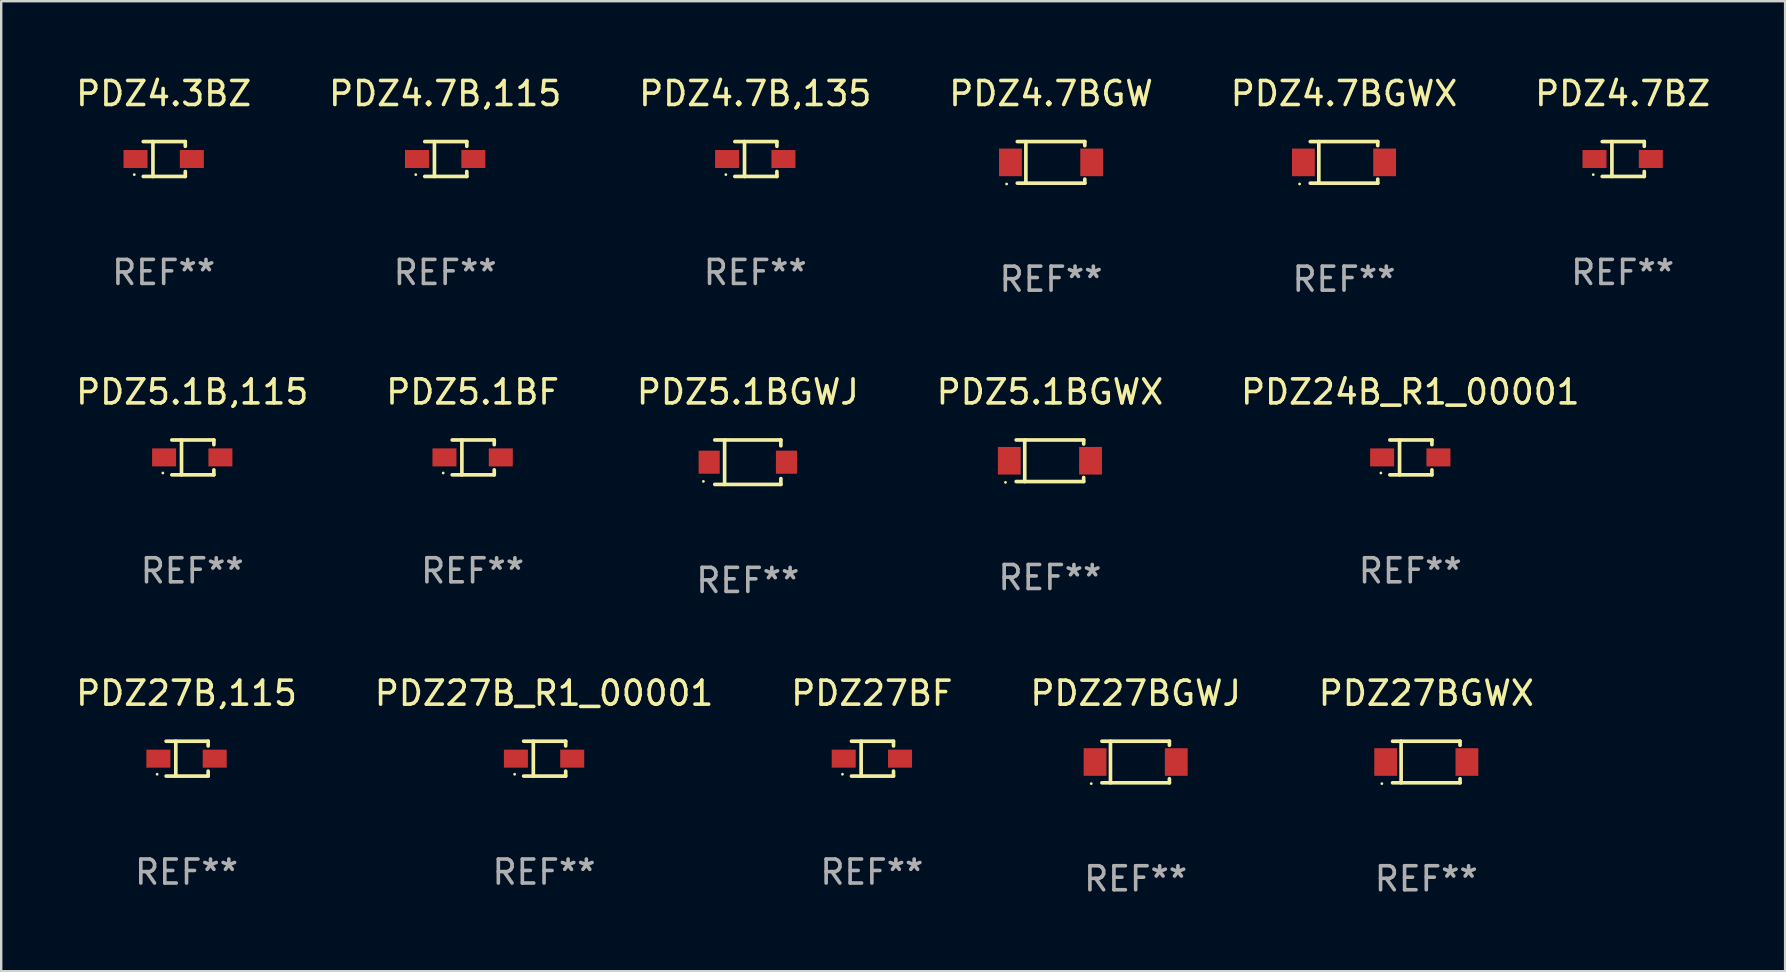
<source format=kicad_pcb>
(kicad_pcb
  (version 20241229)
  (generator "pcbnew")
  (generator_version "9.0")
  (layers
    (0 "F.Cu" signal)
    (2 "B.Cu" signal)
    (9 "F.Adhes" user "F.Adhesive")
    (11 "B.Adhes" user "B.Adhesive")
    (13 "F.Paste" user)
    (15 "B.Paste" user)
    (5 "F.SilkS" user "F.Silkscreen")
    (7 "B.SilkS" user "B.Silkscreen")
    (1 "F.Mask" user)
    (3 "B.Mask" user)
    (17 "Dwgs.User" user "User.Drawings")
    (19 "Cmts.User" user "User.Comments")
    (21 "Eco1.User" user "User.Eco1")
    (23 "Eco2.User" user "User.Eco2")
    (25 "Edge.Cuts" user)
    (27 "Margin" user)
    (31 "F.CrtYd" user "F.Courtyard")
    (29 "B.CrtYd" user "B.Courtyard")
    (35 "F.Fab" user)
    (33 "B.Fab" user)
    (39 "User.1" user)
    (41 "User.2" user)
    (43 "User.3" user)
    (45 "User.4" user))
  (footprint "PDZ5.1B,115"
    (layer "F.Cu")
    (at 4.958 16.003)
    (property "Reference" "PDZ5.1B,115" (at 0 -2.726 0) (layer "F.SilkS") (effects (font (size 1 1) (thickness 0.15))))
    (attr through_hole)
    (fp_line (start -0.851 -0.726) (end 0.901 -0.726) (stroke (width 0.152) (type solid)) (layer "F.SilkS"))
    (fp_line (start -0.851 0.726) (end 0.901 0.726) (stroke (width 0.152) (type solid)) (layer "F.SilkS"))
    (fp_line (start -0.447 -0.726) (end -0.447 0.726) (stroke (width 0.152) (type solid)) (layer "F.SilkS"))
    (fp_line (start 0.901 -0.726) (end 0.901 -0.53) (stroke (width 0.152) (type solid)) (layer "F.SilkS"))
    (fp_line (start 0.901 0.726) (end 0.901 0.52) (stroke (width 0.152) (type solid)) (layer "F.SilkS"))
    (fp_circle (center -1.225 0.65) (end -1.195 0.65) (stroke (width 0.06) (type solid)) (fill no) (layer "F.SilkS"))
    (fp_text user "REF**" (at 0 4.726 0) (layer "F.Fab") (effects (font (size 1 1) (thickness 0.15))))
    (pad "1" smd rect (at -1.173 0) (size 1 0.75) (layers "F.Cu" "F.Mask" "F.Paste"))
    (pad "2" smd rect (at 1.173 0) (size 1 0.75) (layers "F.Cu" "F.Mask" "F.Paste")))
  (footprint "PDZ5.1BGWX"
    (layer "F.Cu")
    (at 40.685 16.143)
    (property "Reference" "PDZ5.1BGWX" (at 0 -2.866 0) (layer "F.SilkS") (effects (font (size 1 1) (thickness 0.15))))
    (attr through_hole)
    (fp_line (start -1.406 -0.866) (end 1.406 -0.866) (stroke (width 0.152) (type solid)) (layer "F.SilkS"))
    (fp_line (start -1.406 0.866) (end 1.406 0.866) (stroke (width 0.152) (type solid)) (layer "F.SilkS"))
    (fp_line (start -1.049 -0.866) (end -1.049 0.866) (stroke (width 0.152) (type solid)) (layer "F.SilkS"))
    (fp_line (start 1.406 -0.866) (end 1.406 -0.698) (stroke (width 0.152) (type solid)) (layer "F.SilkS"))
    (fp_line (start 1.406 0.866) (end 1.406 0.698) (stroke (width 0.152) (type solid)) (layer "F.SilkS"))
    (fp_circle (center -1.851 0.9) (end -1.821 0.9) (stroke (width 0.06) (type solid)) (fill no) (layer "F.SilkS"))
    (fp_text user "REF**" (at 0 4.866 0) (layer "F.Fab") (effects (font (size 1 1) (thickness 0.15))))
    (pad "1" smd rect (at -1.692 0) (size 0.95 1.15) (layers "F.Cu" "F.Mask" "F.Paste"))
    (pad "2" smd rect (at 1.692 0) (size 0.95 1.15) (layers "F.Cu" "F.Mask" "F.Paste")))
  (footprint "PDZ27BF"
    (layer "F.Cu")
    (at 33.268 28.552)
    (property "Reference" "PDZ27BF" (at 0 -2.726 0) (layer "F.SilkS") (effects (font (size 1 1) (thickness 0.15))))
    (attr through_hole)
    (fp_line (start -0.851 -0.726) (end 0.901 -0.726) (stroke (width 0.152) (type solid)) (layer "F.SilkS"))
    (fp_line (start -0.851 0.726) (end 0.901 0.726) (stroke (width 0.152) (type solid)) (layer "F.SilkS"))
    (fp_line (start -0.447 -0.726) (end -0.447 0.726) (stroke (width 0.152) (type solid)) (layer "F.SilkS"))
    (fp_line (start 0.901 -0.726) (end 0.901 -0.53) (stroke (width 0.152) (type solid)) (layer "F.SilkS"))
    (fp_line (start 0.901 0.726) (end 0.901 0.52) (stroke (width 0.152) (type solid)) (layer "F.SilkS"))
    (fp_circle (center -1.225 0.65) (end -1.195 0.65) (stroke (width 0.06) (type solid)) (fill no) (layer "F.SilkS"))
    (fp_text user "REF**" (at 0 4.726 0) (layer "F.Fab") (effects (font (size 1 1) (thickness 0.15))))
    (pad "1" smd rect (at -1.173 0) (size 1 0.75) (layers "F.Cu" "F.Mask" "F.Paste"))
    (pad "2" smd rect (at 1.173 0) (size 1 0.75) (layers "F.Cu" "F.Mask" "F.Paste")))
  (footprint "PDZ24B_R1_00001"
    (layer "F.Cu")
    (at 55.696 16.003)
    (property "Reference" "PDZ24B_R1_00001" (at 0 -2.726 0) (layer "F.SilkS") (effects (font (size 1 1) (thickness 0.15))))
    (attr through_hole)
    (fp_line (start -0.851 -0.726) (end 0.901 -0.726) (stroke (width 0.152) (type solid)) (layer "F.SilkS"))
    (fp_line (start -0.851 0.726) (end 0.901 0.726) (stroke (width 0.152) (type solid)) (layer "F.SilkS"))
    (fp_line (start -0.447 -0.726) (end -0.447 0.726) (stroke (width 0.152) (type solid)) (layer "F.SilkS"))
    (fp_line (start 0.901 -0.726) (end 0.901 -0.53) (stroke (width 0.152) (type solid)) (layer "F.SilkS"))
    (fp_line (start 0.901 0.726) (end 0.901 0.52) (stroke (width 0.152) (type solid)) (layer "F.SilkS"))
    (fp_circle (center -1.225 0.65) (end -1.195 0.65) (stroke (width 0.06) (type solid)) (fill no) (layer "F.SilkS"))
    (fp_text user "REF**" (at 0 4.726 0) (layer "F.Fab") (effects (font (size 1 1) (thickness 0.15))))
    (pad "1" smd rect (at -1.173 0) (size 1 0.75) (layers "F.Cu" "F.Mask" "F.Paste"))
    (pad "2" smd rect (at 1.173 0) (size 1 0.75) (layers "F.Cu" "F.Mask" "F.Paste")))
  (footprint "PDZ4.7B,115"
    (layer "F.Cu")
    (at 15.494 3.574)
    (property "Reference" "PDZ4.7B,115" (at 0 -2.726 0) (layer "F.SilkS") (effects (font (size 1 1) (thickness 0.15))))
    (attr through_hole)
    (fp_line (start -0.851 -0.726) (end 0.901 -0.726) (stroke (width 0.152) (type solid)) (layer "F.SilkS"))
    (fp_line (start -0.851 0.726) (end 0.901 0.726) (stroke (width 0.152) (type solid)) (layer "F.SilkS"))
    (fp_line (start -0.447 -0.726) (end -0.447 0.726) (stroke (width 0.152) (type solid)) (layer "F.SilkS"))
    (fp_line (start 0.901 -0.726) (end 0.901 -0.53) (stroke (width 0.152) (type solid)) (layer "F.SilkS"))
    (fp_line (start 0.901 0.726) (end 0.901 0.52) (stroke (width 0.152) (type solid)) (layer "F.SilkS"))
    (fp_circle (center -1.225 0.65) (end -1.195 0.65) (stroke (width 0.06) (type solid)) (fill no) (layer "F.SilkS"))
    (fp_text user "REF**" (at 0 4.726 0) (layer "F.Fab") (effects (font (size 1 1) (thickness 0.15))))
    (pad "1" smd rect (at -1.173 0) (size 1 0.75) (layers "F.Cu" "F.Mask" "F.Paste"))
    (pad "2" smd rect (at 1.173 0) (size 1 0.75) (layers "F.Cu" "F.Mask" "F.Paste")))
  (footprint "PDZ27BGWJ"
    (layer "F.Cu")
    (at 44.256 28.692)
    (property "Reference" "PDZ27BGWJ" (at 0 -2.866 0) (layer "F.SilkS") (effects (font (size 1 1) (thickness 0.15))))
    (attr through_hole)
    (fp_line (start -1.406 -0.866) (end 1.406 -0.866) (stroke (width 0.152) (type solid)) (layer "F.SilkS"))
    (fp_line (start -1.406 0.866) (end 1.406 0.866) (stroke (width 0.152) (type solid)) (layer "F.SilkS"))
    (fp_line (start -1.049 -0.866) (end -1.049 0.866) (stroke (width 0.152) (type solid)) (layer "F.SilkS"))
    (fp_line (start 1.406 -0.866) (end 1.406 -0.698) (stroke (width 0.152) (type solid)) (layer "F.SilkS"))
    (fp_line (start 1.406 0.866) (end 1.406 0.698) (stroke (width 0.152) (type solid)) (layer "F.SilkS"))
    (fp_circle (center -1.851 0.9) (end -1.821 0.9) (stroke (width 0.06) (type solid)) (fill no) (layer "F.SilkS"))
    (fp_text user "REF**" (at 0 4.866 0) (layer "F.Fab") (effects (font (size 1 1) (thickness 0.15))))
    (pad "1" smd rect (at -1.692 0) (size 0.95 1.15) (layers "F.Cu" "F.Mask" "F.Paste"))
    (pad "2" smd rect (at 1.692 0) (size 0.95 1.15) (layers "F.Cu" "F.Mask" "F.Paste")))
  (footprint "PDZ4.7BGW"
    (layer "F.Cu")
    (at 40.732 3.714)
    (property "Reference" "PDZ4.7BGW" (at 0 -2.866 0) (layer "F.SilkS") (effects (font (size 1 1) (thickness 0.15))))
    (attr through_hole)
    (fp_line (start -1.406 -0.866) (end 1.406 -0.866) (stroke (width 0.152) (type solid)) (layer "F.SilkS"))
    (fp_line (start -1.406 0.866) (end 1.406 0.866) (stroke (width 0.152) (type solid)) (layer "F.SilkS"))
    (fp_line (start -1.049 -0.866) (end -1.049 0.866) (stroke (width 0.152) (type solid)) (layer "F.SilkS"))
    (fp_line (start 1.406 -0.866) (end 1.406 -0.698) (stroke (width 0.152) (type solid)) (layer "F.SilkS"))
    (fp_line (start 1.406 0.866) (end 1.406 0.698) (stroke (width 0.152) (type solid)) (layer "F.SilkS"))
    (fp_circle (center -1.851 0.9) (end -1.821 0.9) (stroke (width 0.06) (type solid)) (fill no) (layer "F.SilkS"))
    (fp_text user "REF**" (at 0 4.866 0) (layer "F.Fab") (effects (font (size 1 1) (thickness 0.15))))
    (pad "1" smd rect (at -1.692 0) (size 0.95 1.15) (layers "F.Cu" "F.Mask" "F.Paste"))
    (pad "2" smd rect (at 1.692 0) (size 0.95 1.15) (layers "F.Cu" "F.Mask" "F.Paste")))
  (footprint "PDZ4.7BZ"
    (layer "F.Cu")
    (at 64.542 3.574)
    (property "Reference" "PDZ4.7BZ" (at 0 -2.726 0) (layer "F.SilkS") (effects (font (size 1 1) (thickness 0.15))))
    (attr through_hole)
    (fp_line (start -0.851 -0.726) (end 0.901 -0.726) (stroke (width 0.152) (type solid)) (layer "F.SilkS"))
    (fp_line (start -0.851 0.726) (end 0.901 0.726) (stroke (width 0.152) (type solid)) (layer "F.SilkS"))
    (fp_line (start -0.447 -0.726) (end -0.447 0.726) (stroke (width 0.152) (type solid)) (layer "F.SilkS"))
    (fp_line (start 0.901 -0.726) (end 0.901 -0.53) (stroke (width 0.152) (type solid)) (layer "F.SilkS"))
    (fp_line (start 0.901 0.726) (end 0.901 0.52) (stroke (width 0.152) (type solid)) (layer "F.SilkS"))
    (fp_circle (center -1.225 0.65) (end -1.195 0.65) (stroke (width 0.06) (type solid)) (fill no) (layer "F.SilkS"))
    (fp_text user "REF**" (at 0 4.726 0) (layer "F.Fab") (effects (font (size 1 1) (thickness 0.15))))
    (pad "1" smd rect (at -1.173 0) (size 1 0.75) (layers "F.Cu" "F.Mask" "F.Paste"))
    (pad "2" smd rect (at 1.173 0) (size 1 0.75) (layers "F.Cu" "F.Mask" "F.Paste")))
  (footprint "PDZ4.3BZ"
    (layer "F.Cu")
    (at 3.768 3.574)
    (property "Reference" "PDZ4.3BZ" (at 0 -2.726 0) (layer "F.SilkS") (effects (font (size 1 1) (thickness 0.15))))
    (attr through_hole)
    (fp_line (start -0.851 -0.726) (end 0.901 -0.726) (stroke (width 0.152) (type solid)) (layer "F.SilkS"))
    (fp_line (start -0.851 0.726) (end 0.901 0.726) (stroke (width 0.152) (type solid)) (layer "F.SilkS"))
    (fp_line (start -0.447 -0.726) (end -0.447 0.726) (stroke (width 0.152) (type solid)) (layer "F.SilkS"))
    (fp_line (start 0.901 -0.726) (end 0.901 -0.53) (stroke (width 0.152) (type solid)) (layer "F.SilkS"))
    (fp_line (start 0.901 0.726) (end 0.901 0.52) (stroke (width 0.152) (type solid)) (layer "F.SilkS"))
    (fp_circle (center -1.225 0.65) (end -1.195 0.65) (stroke (width 0.06) (type solid)) (fill no) (layer "F.SilkS"))
    (fp_text user "REF**" (at 0 4.726 0) (layer "F.Fab") (effects (font (size 1 1) (thickness 0.15))))
    (pad "1" smd rect (at -1.173 0) (size 1 0.75) (layers "F.Cu" "F.Mask" "F.Paste"))
    (pad "2" smd rect (at 1.173 0) (size 1 0.75) (layers "F.Cu" "F.Mask" "F.Paste")))
  (footprint "PDZ27B,115"
    (layer "F.Cu")
    (at 4.72 28.552)
    (property "Reference" "PDZ27B,115" (at 0 -2.726 0) (layer "F.SilkS") (effects (font (size 1 1) (thickness 0.15))))
    (attr through_hole)
    (fp_line (start -0.851 -0.726) (end 0.901 -0.726) (stroke (width 0.152) (type solid)) (layer "F.SilkS"))
    (fp_line (start -0.851 0.726) (end 0.901 0.726) (stroke (width 0.152) (type solid)) (layer "F.SilkS"))
    (fp_line (start -0.447 -0.726) (end -0.447 0.726) (stroke (width 0.152) (type solid)) (layer "F.SilkS"))
    (fp_line (start 0.901 -0.726) (end 0.901 -0.53) (stroke (width 0.152) (type solid)) (layer "F.SilkS"))
    (fp_line (start 0.901 0.726) (end 0.901 0.52) (stroke (width 0.152) (type solid)) (layer "F.SilkS"))
    (fp_circle (center -1.225 0.65) (end -1.195 0.65) (stroke (width 0.06) (type solid)) (fill no) (layer "F.SilkS"))
    (fp_text user "REF**" (at 0 4.726 0) (layer "F.Fab") (effects (font (size 1 1) (thickness 0.15))))
    (pad "1" smd rect (at -1.173 0) (size 1 0.75) (layers "F.Cu" "F.Mask" "F.Paste"))
    (pad "2" smd rect (at 1.173 0) (size 1 0.75) (layers "F.Cu" "F.Mask" "F.Paste")))
  (footprint "PDZ5.1BGWJ"
    (layer "F.Cu")
    (at 28.101 16.203)
    (property "Reference" "PDZ5.1BGWJ" (at 0 -2.926 0) (layer "F.SilkS") (effects (font (size 1 1) (thickness 0.15))))
    (attr through_hole)
    (fp_line (start -1.376 -0.926) (end 1.376 -0.926) (stroke (width 0.152) (type solid)) (layer "F.SilkS"))
    (fp_line (start -1.376 0.926) (end 1.376 0.926) (stroke (width 0.152) (type solid)) (layer "F.SilkS"))
    (fp_line (start -0.967 -0.926) (end -0.967 0.926) (stroke (width 0.152) (type solid)) (layer "F.SilkS"))
    (fp_line (start 1.376 -0.926) (end 1.376 -0.683) (stroke (width 0.152) (type solid)) (layer "F.SilkS"))
    (fp_line (start 1.376 0.926) (end 1.376 0.683) (stroke (width 0.152) (type solid)) (layer "F.SilkS"))
    (fp_circle (center -1.85 0.8) (end -1.82 0.8) (stroke (width 0.06) (type solid)) (fill no) (layer "F.SilkS"))
    (fp_text user "REF**" (at 0 4.926 0) (layer "F.Fab") (effects (font (size 1 1) (thickness 0.15))))
    (pad "1" smd rect (at -1.61 0) (size 0.88 0.96) (layers "F.Cu" "F.Mask" "F.Paste"))
    (pad "2" smd rect (at 1.61 0) (size 0.88 0.96) (layers "F.Cu" "F.Mask" "F.Paste")))
  (footprint "PDZ4.7B,135"
    (layer "F.Cu")
    (at 28.411 3.574)
    (property "Reference" "PDZ4.7B,135" (at 0 -2.726 0) (layer "F.SilkS") (effects (font (size 1 1) (thickness 0.15))))
    (attr through_hole)
    (fp_line (start -0.851 -0.726) (end 0.901 -0.726) (stroke (width 0.152) (type solid)) (layer "F.SilkS"))
    (fp_line (start -0.851 0.726) (end 0.901 0.726) (stroke (width 0.152) (type solid)) (layer "F.SilkS"))
    (fp_line (start -0.447 -0.726) (end -0.447 0.726) (stroke (width 0.152) (type solid)) (layer "F.SilkS"))
    (fp_line (start 0.901 -0.726) (end 0.901 -0.53) (stroke (width 0.152) (type solid)) (layer "F.SilkS"))
    (fp_line (start 0.901 0.726) (end 0.901 0.52) (stroke (width 0.152) (type solid)) (layer "F.SilkS"))
    (fp_circle (center -1.225 0.65) (end -1.195 0.65) (stroke (width 0.06) (type solid)) (fill no) (layer "F.SilkS"))
    (fp_text user "REF**" (at 0 4.726 0) (layer "F.Fab") (effects (font (size 1 1) (thickness 0.15))))
    (pad "1" smd rect (at -1.173 0) (size 1 0.75) (layers "F.Cu" "F.Mask" "F.Paste"))
    (pad "2" smd rect (at 1.173 0) (size 1 0.75) (layers "F.Cu" "F.Mask" "F.Paste")))
  (footprint "PDZ27BGWX"
    (layer "F.Cu")
    (at 56.363 28.692)
    (property "Reference" "PDZ27BGWX" (at 0 -2.866 0) (layer "F.SilkS") (effects (font (size 1 1) (thickness 0.15))))
    (attr through_hole)
    (fp_line (start -1.406 -0.866) (end 1.406 -0.866) (stroke (width 0.152) (type solid)) (layer "F.SilkS"))
    (fp_line (start -1.406 0.866) (end 1.406 0.866) (stroke (width 0.152) (type solid)) (layer "F.SilkS"))
    (fp_line (start -1.049 -0.866) (end -1.049 0.866) (stroke (width 0.152) (type solid)) (layer "F.SilkS"))
    (fp_line (start 1.406 -0.866) (end 1.406 -0.698) (stroke (width 0.152) (type solid)) (layer "F.SilkS"))
    (fp_line (start 1.406 0.866) (end 1.406 0.698) (stroke (width 0.152) (type solid)) (layer "F.SilkS"))
    (fp_circle (center -1.851 0.9) (end -1.821 0.9) (stroke (width 0.06) (type solid)) (fill no) (layer "F.SilkS"))
    (fp_text user "REF**" (at 0 4.866 0) (layer "F.Fab") (effects (font (size 1 1) (thickness 0.15))))
    (pad "1" smd rect (at -1.692 0) (size 0.95 1.15) (layers "F.Cu" "F.Mask" "F.Paste"))
    (pad "2" smd rect (at 1.692 0) (size 0.95 1.15) (layers "F.Cu" "F.Mask" "F.Paste")))
  (footprint "PDZ5.1BF"
    (layer "F.Cu")
    (at 16.637 16.003)
    (property "Reference" "PDZ5.1BF" (at 0 -2.726 0) (layer "F.SilkS") (effects (font (size 1 1) (thickness 0.15))))
    (attr through_hole)
    (fp_line (start -0.851 -0.726) (end 0.901 -0.726) (stroke (width 0.152) (type solid)) (layer "F.SilkS"))
    (fp_line (start -0.851 0.726) (end 0.901 0.726) (stroke (width 0.152) (type solid)) (layer "F.SilkS"))
    (fp_line (start -0.447 -0.726) (end -0.447 0.726) (stroke (width 0.152) (type solid)) (layer "F.SilkS"))
    (fp_line (start 0.901 -0.726) (end 0.901 -0.53) (stroke (width 0.152) (type solid)) (layer "F.SilkS"))
    (fp_line (start 0.901 0.726) (end 0.901 0.52) (stroke (width 0.152) (type solid)) (layer "F.SilkS"))
    (fp_circle (center -1.225 0.65) (end -1.195 0.65) (stroke (width 0.06) (type solid)) (fill no) (layer "F.SilkS"))
    (fp_text user "REF**" (at 0 4.726 0) (layer "F.Fab") (effects (font (size 1 1) (thickness 0.15))))
    (pad "1" smd rect (at -1.173 0) (size 1 0.75) (layers "F.Cu" "F.Mask" "F.Paste"))
    (pad "2" smd rect (at 1.173 0) (size 1 0.75) (layers "F.Cu" "F.Mask" "F.Paste")))
  (footprint "PDZ4.7BGWX"
    (layer "F.Cu")
    (at 52.935 3.714)
    (property "Reference" "PDZ4.7BGWX" (at 0 -2.866 0) (layer "F.SilkS") (effects (font (size 1 1) (thickness 0.15))))
    (attr through_hole)
    (fp_line (start -1.406 -0.866) (end 1.406 -0.866) (stroke (width 0.152) (type solid)) (layer "F.SilkS"))
    (fp_line (start -1.406 0.866) (end 1.406 0.866) (stroke (width 0.152) (type solid)) (layer "F.SilkS"))
    (fp_line (start -1.049 -0.866) (end -1.049 0.866) (stroke (width 0.152) (type solid)) (layer "F.SilkS"))
    (fp_line (start 1.406 -0.866) (end 1.406 -0.698) (stroke (width 0.152) (type solid)) (layer "F.SilkS"))
    (fp_line (start 1.406 0.866) (end 1.406 0.698) (stroke (width 0.152) (type solid)) (layer "F.SilkS"))
    (fp_circle (center -1.851 0.9) (end -1.821 0.9) (stroke (width 0.06) (type solid)) (fill no) (layer "F.SilkS"))
    (fp_text user "REF**" (at 0 4.866 0) (layer "F.Fab") (effects (font (size 1 1) (thickness 0.15))))
    (pad "1" smd rect (at -1.692 0) (size 0.95 1.15) (layers "F.Cu" "F.Mask" "F.Paste"))
    (pad "2" smd rect (at 1.692 0) (size 0.95 1.15) (layers "F.Cu" "F.Mask" "F.Paste")))
  (footprint "PDZ27B_R1_00001"
    (layer "F.Cu")
    (at 19.613 28.552)
    (property "Reference" "PDZ27B_R1_00001" (at 0 -2.726 0) (layer "F.SilkS") (effects (font (size 1 1) (thickness 0.15))))
    (attr through_hole)
    (fp_line (start -0.851 -0.726) (end 0.901 -0.726) (stroke (width 0.152) (type solid)) (layer "F.SilkS"))
    (fp_line (start -0.851 0.726) (end 0.901 0.726) (stroke (width 0.152) (type solid)) (layer "F.SilkS"))
    (fp_line (start -0.447 -0.726) (end -0.447 0.726) (stroke (width 0.152) (type solid)) (layer "F.SilkS"))
    (fp_line (start 0.901 -0.726) (end 0.901 -0.53) (stroke (width 0.152) (type solid)) (layer "F.SilkS"))
    (fp_line (start 0.901 0.726) (end 0.901 0.52) (stroke (width 0.152) (type solid)) (layer "F.SilkS"))
    (fp_circle (center -1.225 0.65) (end -1.195 0.65) (stroke (width 0.06) (type solid)) (fill no) (layer "F.SilkS"))
    (fp_text user "REF**" (at 0 4.726 0) (layer "F.Fab") (effects (font (size 1 1) (thickness 0.15))))
    (pad "1" smd rect (at -1.173 0) (size 1 0.75) (layers "F.Cu" "F.Mask" "F.Paste"))
    (pad "2" smd rect (at 1.173 0) (size 1 0.75) (layers "F.Cu" "F.Mask" "F.Paste")))
  (gr_rect
    (start -3 -3)
    (end 71.31 37.407)
    (stroke (width 0.1) (type default))
    (fill no)
    (layer "Edge.Cuts")))
</source>
